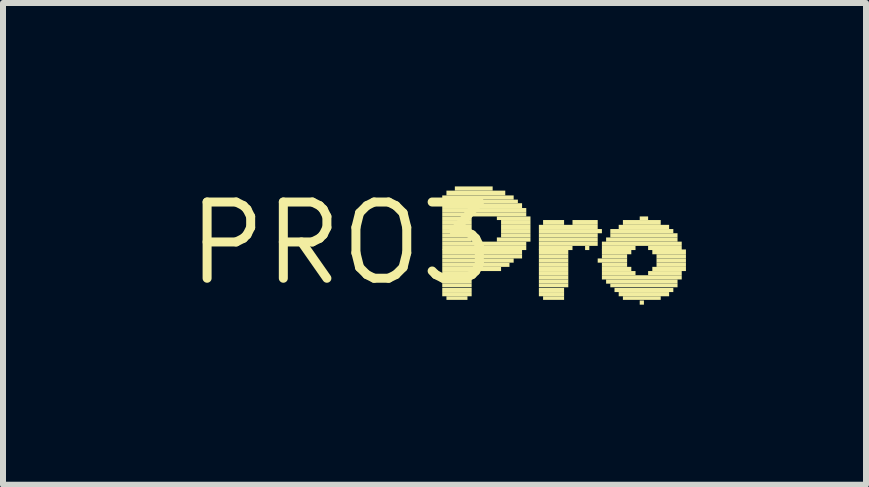
<source format=kicad_pcb>
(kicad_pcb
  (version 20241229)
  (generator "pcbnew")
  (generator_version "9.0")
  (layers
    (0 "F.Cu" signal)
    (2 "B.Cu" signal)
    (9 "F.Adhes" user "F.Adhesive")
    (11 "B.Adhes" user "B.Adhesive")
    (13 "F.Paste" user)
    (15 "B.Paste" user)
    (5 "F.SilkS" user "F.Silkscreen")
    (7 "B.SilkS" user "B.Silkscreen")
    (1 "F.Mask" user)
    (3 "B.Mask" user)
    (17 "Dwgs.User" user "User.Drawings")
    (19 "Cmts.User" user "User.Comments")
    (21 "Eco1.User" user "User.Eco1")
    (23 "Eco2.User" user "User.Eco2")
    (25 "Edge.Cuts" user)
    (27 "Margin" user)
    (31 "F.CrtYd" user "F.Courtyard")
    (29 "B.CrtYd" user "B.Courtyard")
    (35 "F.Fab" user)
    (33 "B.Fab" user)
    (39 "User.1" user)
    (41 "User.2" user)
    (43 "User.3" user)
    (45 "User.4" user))
  (footprint "PRO3"
    (layer "F.Cu")
    (at 2.638 1.006)
    (property "Reference" "PRO3" (at 0 0 0) (layer "F.SilkS") (effects (font (size 1.27 1.27) (thickness 0.15))))
    (attr through_hole)
    (fp_poly (pts (xy 1.68 -0.73) (xy 2.87 -0.73) (xy 2.87 -0.8) (xy 1.68 -0.8)) (stroke (width 0) (type solid)) (fill yes) (layer "F.SilkS"))
    (fp_poly (pts (xy 1.68 -0.67) (xy 2.94 -0.67) (xy 2.94 -0.73) (xy 1.68 -0.73)) (stroke (width 0) (type solid)) (fill yes) (layer "F.SilkS"))
    (fp_poly (pts (xy 1.68 -0.59) (xy 3.01 -0.59) (xy 3.01 -0.67) (xy 1.68 -0.67)) (stroke (width 0) (type solid)) (fill yes) (layer "F.SilkS"))
    (fp_poly (pts (xy 1.68 -0.52) (xy 3.08 -0.52) (xy 3.08 -0.59) (xy 1.68 -0.59)) (stroke (width 0) (type solid)) (fill yes) (layer "F.SilkS"))
    (fp_poly (pts (xy 1.68 -0.45) (xy 3.08 -0.45) (xy 3.08 -0.52) (xy 1.68 -0.52)) (stroke (width 0) (type solid)) (fill yes) (layer "F.SilkS"))
    (fp_poly (pts (xy 1.68 -0.39) (xy 2.17 -0.39) (xy 2.17 -0.45) (xy 1.68 -0.45)) (stroke (width 0) (type solid)) (fill yes) (layer "F.SilkS"))
    (fp_poly (pts (xy 1.68 -0.31) (xy 2.17 -0.31) (xy 2.17 -0.39) (xy 1.68 -0.39)) (stroke (width 0) (type solid)) (fill yes) (layer "F.SilkS"))
    (fp_poly (pts (xy 1.68 -0.24) (xy 2.17 -0.24) (xy 2.17 -0.31) (xy 1.68 -0.31)) (stroke (width 0) (type solid)) (fill yes) (layer "F.SilkS"))
    (fp_poly (pts (xy 1.68 -0.17) (xy 2.17 -0.17) (xy 2.17 -0.24) (xy 1.68 -0.24)) (stroke (width 0) (type solid)) (fill yes) (layer "F.SilkS"))
    (fp_poly (pts (xy 1.68 -0.1) (xy 2.17 -0.1) (xy 2.17 -0.17) (xy 1.68 -0.17)) (stroke (width 0) (type solid)) (fill yes) (layer "F.SilkS"))
    (fp_poly (pts (xy 1.68 -0.03) (xy 2.17 -0.03) (xy 2.17 -0.1) (xy 1.68 -0.1)) (stroke (width 0) (type solid)) (fill yes) (layer "F.SilkS"))
    (fp_poly (pts (xy 1.68 0.04) (xy 3.08 0.04) (xy 3.08 -0.03) (xy 1.68 -0.03)) (stroke (width 0) (type solid)) (fill yes) (layer "F.SilkS"))
    (fp_poly (pts (xy 1.68 0.11) (xy 3.08 0.11) (xy 3.08 0.04) (xy 1.68 0.04)) (stroke (width 0) (type solid)) (fill yes) (layer "F.SilkS"))
    (fp_poly (pts (xy 1.68 0.18) (xy 3.01 0.18) (xy 3.01 0.1) (xy 1.68 0.1)) (stroke (width 0) (type solid)) (fill yes) (layer "F.SilkS"))
    (fp_poly (pts (xy 1.68 0.25) (xy 3.01 0.25) (xy 3.01 0.18) (xy 1.68 0.18)) (stroke (width 0) (type solid)) (fill yes) (layer "F.SilkS"))
    (fp_poly (pts (xy 1.68 0.32) (xy 2.87 0.32) (xy 2.87 0.25) (xy 1.68 0.25)) (stroke (width 0) (type solid)) (fill yes) (layer "F.SilkS"))
    (fp_poly (pts (xy 1.68 0.39) (xy 2.8 0.39) (xy 2.8 0.32) (xy 1.68 0.32)) (stroke (width 0) (type solid)) (fill yes) (layer "F.SilkS"))
    (fp_poly (pts (xy 1.68 0.46) (xy 2.66 0.46) (xy 2.66 0.39) (xy 1.68 0.39)) (stroke (width 0) (type solid)) (fill yes) (layer "F.SilkS"))
    (fp_poly (pts (xy 1.68 0.53) (xy 2.17 0.53) (xy 2.17 0.46) (xy 1.68 0.46)) (stroke (width 0) (type solid)) (fill yes) (layer "F.SilkS"))
    (fp_poly (pts (xy 1.68 0.6) (xy 2.17 0.6) (xy 2.17 0.53) (xy 1.68 0.53)) (stroke (width 0) (type solid)) (fill yes) (layer "F.SilkS"))
    (fp_poly (pts (xy 1.68 0.67) (xy 2.17 0.67) (xy 2.17 0.6) (xy 1.68 0.6)) (stroke (width 0) (type solid)) (fill yes) (layer "F.SilkS"))
    (fp_poly (pts (xy 1.68 0.73) (xy 2.17 0.73) (xy 2.17 0.67) (xy 1.68 0.67)) (stroke (width 0) (type solid)) (fill yes) (layer "F.SilkS"))
    (fp_poly (pts (xy 1.68 0.81) (xy 2.17 0.81) (xy 2.17 0.74) (xy 1.68 0.74)) (stroke (width 0) (type solid)) (fill yes) (layer "F.SilkS"))
    (fp_poly (pts (xy 1.68 0.88) (xy 2.17 0.88) (xy 2.17 0.81) (xy 1.68 0.81)) (stroke (width 0) (type solid)) (fill yes) (layer "F.SilkS"))
    (fp_poly (pts (xy 1.75 -0.8) (xy 2.73 -0.8) (xy 2.73 -0.88) (xy 1.75 -0.88)) (stroke (width 0) (type solid)) (fill yes) (layer "F.SilkS"))
    (fp_poly (pts (xy 1.75 0.94) (xy 2.1 0.94) (xy 2.1 0.88) (xy 1.75 0.88)) (stroke (width 0) (type solid)) (fill yes) (layer "F.SilkS"))
    (fp_poly (pts (xy 1.89 -0.88) (xy 2.52 -0.88) (xy 2.52 -0.95) (xy 1.89 -0.95)) (stroke (width 0) (type solid)) (fill yes) (layer "F.SilkS"))
    (fp_poly (pts (xy 2.59 -0.39) (xy 3.15 -0.39) (xy 3.15 -0.45) (xy 2.59 -0.45)) (stroke (width 0) (type solid)) (fill yes) (layer "F.SilkS"))
    (fp_poly (pts (xy 2.59 -0.03) (xy 3.15 -0.03) (xy 3.15 -0.1) (xy 2.59 -0.1)) (stroke (width 0) (type solid)) (fill yes) (layer "F.SilkS"))
    (fp_poly (pts (xy 2.66 -0.31) (xy 3.15 -0.31) (xy 3.15 -0.39) (xy 2.66 -0.39)) (stroke (width 0) (type solid)) (fill yes) (layer "F.SilkS"))
    (fp_poly (pts (xy 2.66 -0.24) (xy 3.15 -0.24) (xy 3.15 -0.31) (xy 2.66 -0.31)) (stroke (width 0) (type solid)) (fill yes) (layer "F.SilkS"))
    (fp_poly (pts (xy 2.66 -0.17) (xy 3.15 -0.17) (xy 3.15 -0.24) (xy 2.66 -0.24)) (stroke (width 0) (type solid)) (fill yes) (layer "F.SilkS"))
    (fp_poly (pts (xy 2.66 -0.1) (xy 3.15 -0.1) (xy 3.15 -0.17) (xy 2.66 -0.17)) (stroke (width 0) (type solid)) (fill yes) (layer "F.SilkS"))
    (fp_poly (pts (xy 3.29 -0.24) (xy 4.27 -0.24) (xy 4.27 -0.31) (xy 3.29 -0.31)) (stroke (width 0) (type solid)) (fill yes) (layer "F.SilkS"))
    (fp_poly (pts (xy 3.29 -0.17) (xy 4.34 -0.17) (xy 4.34 -0.24) (xy 3.29 -0.24)) (stroke (width 0) (type solid)) (fill yes) (layer "F.SilkS"))
    (fp_poly (pts (xy 3.29 -0.1) (xy 4.27 -0.1) (xy 4.27 -0.17) (xy 3.29 -0.17)) (stroke (width 0) (type solid)) (fill yes) (layer "F.SilkS"))
    (fp_poly (pts (xy 3.29 -0.03) (xy 4.27 -0.03) (xy 4.27 -0.1) (xy 3.29 -0.1)) (stroke (width 0) (type solid)) (fill yes) (layer "F.SilkS"))
    (fp_poly (pts (xy 3.29 0.04) (xy 4.27 0.04) (xy 4.27 -0.03) (xy 3.29 -0.03)) (stroke (width 0) (type solid)) (fill yes) (layer "F.SilkS"))
    (fp_poly (pts (xy 3.29 0.11) (xy 3.85 0.11) (xy 3.85 0.04) (xy 3.29 0.04)) (stroke (width 0) (type solid)) (fill yes) (layer "F.SilkS"))
    (fp_poly (pts (xy 3.29 0.18) (xy 3.78 0.18) (xy 3.78 0.1) (xy 3.29 0.1)) (stroke (width 0) (type solid)) (fill yes) (layer "F.SilkS"))
    (fp_poly (pts (xy 3.29 0.25) (xy 3.78 0.25) (xy 3.78 0.18) (xy 3.29 0.18)) (stroke (width 0) (type solid)) (fill yes) (layer "F.SilkS"))
    (fp_poly (pts (xy 3.29 0.32) (xy 3.78 0.32) (xy 3.78 0.25) (xy 3.29 0.25)) (stroke (width 0) (type solid)) (fill yes) (layer "F.SilkS"))
    (fp_poly (pts (xy 3.29 0.39) (xy 3.78 0.39) (xy 3.78 0.32) (xy 3.29 0.32)) (stroke (width 0) (type solid)) (fill yes) (layer "F.SilkS"))
    (fp_poly (pts (xy 3.29 0.46) (xy 3.78 0.46) (xy 3.78 0.39) (xy 3.29 0.39)) (stroke (width 0) (type solid)) (fill yes) (layer "F.SilkS"))
    (fp_poly (pts (xy 3.29 0.53) (xy 3.78 0.53) (xy 3.78 0.46) (xy 3.29 0.46)) (stroke (width 0) (type solid)) (fill yes) (layer "F.SilkS"))
    (fp_poly (pts (xy 3.29 0.6) (xy 3.78 0.6) (xy 3.78 0.53) (xy 3.29 0.53)) (stroke (width 0) (type solid)) (fill yes) (layer "F.SilkS"))
    (fp_poly (pts (xy 3.29 0.67) (xy 3.78 0.67) (xy 3.78 0.6) (xy 3.29 0.6)) (stroke (width 0) (type solid)) (fill yes) (layer "F.SilkS"))
    (fp_poly (pts (xy 3.29 0.73) (xy 3.78 0.73) (xy 3.78 0.67) (xy 3.29 0.67)) (stroke (width 0) (type solid)) (fill yes) (layer "F.SilkS"))
    (fp_poly (pts (xy 3.29 0.81) (xy 3.71 0.81) (xy 3.71 0.74) (xy 3.29 0.74)) (stroke (width 0) (type solid)) (fill yes) (layer "F.SilkS"))
    (fp_poly (pts (xy 3.29 0.88) (xy 3.71 0.88) (xy 3.71 0.81) (xy 3.29 0.81)) (stroke (width 0) (type solid)) (fill yes) (layer "F.SilkS"))
    (fp_poly (pts (xy 3.36 -0.31) (xy 3.71 -0.31) (xy 3.71 -0.39) (xy 3.36 -0.39)) (stroke (width 0) (type solid)) (fill yes) (layer "F.SilkS"))
    (fp_poly (pts (xy 3.36 0.94) (xy 3.71 0.94) (xy 3.71 0.88) (xy 3.36 0.88)) (stroke (width 0) (type solid)) (fill yes) (layer "F.SilkS"))
    (fp_poly (pts (xy 3.85 -0.31) (xy 4.27 -0.31) (xy 4.27 -0.39) (xy 3.85 -0.39)) (stroke (width 0) (type solid)) (fill yes) (layer "F.SilkS"))
    (fp_poly (pts (xy 4.06 0.11) (xy 4.13 0.11) (xy 4.13 0.04) (xy 4.06 0.04)) (stroke (width 0) (type solid)) (fill yes) (layer "F.SilkS"))
    (fp_poly (pts (xy 4.27 0.32) (xy 4.76 0.32) (xy 4.76 0.25) (xy 4.27 0.25)) (stroke (width 0) (type solid)) (fill yes) (layer "F.SilkS"))
    (fp_poly (pts (xy 4.34 0.04) (xy 5.67 0.04) (xy 5.67 -0.03) (xy 4.34 -0.03)) (stroke (width 0) (type solid)) (fill yes) (layer "F.SilkS"))
    (fp_poly (pts (xy 4.34 0.11) (xy 4.9 0.11) (xy 4.9 0.04) (xy 4.34 0.04)) (stroke (width 0) (type solid)) (fill yes) (layer "F.SilkS"))
    (fp_poly (pts (xy 4.34 0.18) (xy 4.83 0.18) (xy 4.83 0.1) (xy 4.34 0.1)) (stroke (width 0) (type solid)) (fill yes) (layer "F.SilkS"))
    (fp_poly (pts (xy 4.34 0.25) (xy 4.76 0.25) (xy 4.76 0.18) (xy 4.34 0.18)) (stroke (width 0) (type solid)) (fill yes) (layer "F.SilkS"))
    (fp_poly (pts (xy 4.34 0.39) (xy 4.76 0.39) (xy 4.76 0.32) (xy 4.34 0.32)) (stroke (width 0) (type solid)) (fill yes) (layer "F.SilkS"))
    (fp_poly (pts (xy 4.34 0.46) (xy 4.83 0.46) (xy 4.83 0.39) (xy 4.34 0.39)) (stroke (width 0) (type solid)) (fill yes) (layer "F.SilkS"))
    (fp_poly (pts (xy 4.34 0.53) (xy 4.9 0.53) (xy 4.9 0.46) (xy 4.34 0.46)) (stroke (width 0) (type solid)) (fill yes) (layer "F.SilkS"))
    (fp_poly (pts (xy 4.34 0.6) (xy 5.67 0.6) (xy 5.67 0.53) (xy 4.34 0.53)) (stroke (width 0) (type solid)) (fill yes) (layer "F.SilkS"))
    (fp_poly (pts (xy 4.41 -0.03) (xy 5.6 -0.03) (xy 5.6 -0.1) (xy 4.41 -0.1)) (stroke (width 0) (type solid)) (fill yes) (layer "F.SilkS"))
    (fp_poly (pts (xy 4.41 0.67) (xy 5.6 0.67) (xy 5.6 0.6) (xy 4.41 0.6)) (stroke (width 0) (type solid)) (fill yes) (layer "F.SilkS"))
    (fp_poly (pts (xy 4.48 -0.17) (xy 5.53 -0.17) (xy 5.53 -0.24) (xy 4.48 -0.24)) (stroke (width 0) (type solid)) (fill yes) (layer "F.SilkS"))
    (fp_poly (pts (xy 4.48 -0.1) (xy 5.6 -0.1) (xy 5.6 -0.17) (xy 4.48 -0.17)) (stroke (width 0) (type solid)) (fill yes) (layer "F.SilkS"))
    (fp_poly (pts (xy 4.48 0.73) (xy 5.6 0.73) (xy 5.6 0.67) (xy 4.48 0.67)) (stroke (width 0) (type solid)) (fill yes) (layer "F.SilkS"))
    (fp_poly (pts (xy 4.55 0.81) (xy 5.53 0.81) (xy 5.53 0.74) (xy 4.55 0.74)) (stroke (width 0) (type solid)) (fill yes) (layer "F.SilkS"))
    (fp_poly (pts (xy 4.62 -0.24) (xy 5.46 -0.24) (xy 5.46 -0.31) (xy 4.62 -0.31)) (stroke (width 0) (type solid)) (fill yes) (layer "F.SilkS"))
    (fp_poly (pts (xy 4.62 0.88) (xy 5.46 0.88) (xy 5.46 0.81) (xy 4.62 0.81)) (stroke (width 0) (type solid)) (fill yes) (layer "F.SilkS"))
    (fp_poly (pts (xy 4.69 -0.31) (xy 5.32 -0.31) (xy 5.32 -0.39) (xy 4.69 -0.39)) (stroke (width 0) (type solid)) (fill yes) (layer "F.SilkS"))
    (fp_poly (pts (xy 4.69 0.94) (xy 5.32 0.94) (xy 5.32 0.88) (xy 4.69 0.88)) (stroke (width 0) (type solid)) (fill yes) (layer "F.SilkS"))
    (fp_poly (pts (xy 4.97 -0.39) (xy 5.11 -0.39) (xy 5.11 -0.45) (xy 4.97 -0.45)) (stroke (width 0) (type solid)) (fill yes) (layer "F.SilkS"))
    (fp_poly (pts (xy 4.97 1.02) (xy 5.04 1.02) (xy 5.04 0.95) (xy 4.97 0.95)) (stroke (width 0) (type solid)) (fill yes) (layer "F.SilkS"))
    (fp_poly (pts (xy 5.11 0.11) (xy 5.67 0.11) (xy 5.67 0.04) (xy 5.11 0.04)) (stroke (width 0) (type solid)) (fill yes) (layer "F.SilkS"))
    (fp_poly (pts (xy 5.11 0.53) (xy 5.67 0.53) (xy 5.67 0.46) (xy 5.11 0.46)) (stroke (width 0) (type solid)) (fill yes) (layer "F.SilkS"))
    (fp_poly (pts (xy 5.18 0.18) (xy 5.74 0.18) (xy 5.74 0.1) (xy 5.18 0.1)) (stroke (width 0) (type solid)) (fill yes) (layer "F.SilkS"))
    (fp_poly (pts (xy 5.18 0.46) (xy 5.74 0.46) (xy 5.74 0.39) (xy 5.18 0.39)) (stroke (width 0) (type solid)) (fill yes) (layer "F.SilkS"))
    (fp_poly (pts (xy 5.25 0.25) (xy 5.74 0.25) (xy 5.74 0.18) (xy 5.25 0.18)) (stroke (width 0) (type solid)) (fill yes) (layer "F.SilkS"))
    (fp_poly (pts (xy 5.25 0.32) (xy 5.74 0.32) (xy 5.74 0.25) (xy 5.25 0.25)) (stroke (width 0) (type solid)) (fill yes) (layer "F.SilkS"))
    (fp_poly (pts (xy 5.25 0.39) (xy 5.74 0.39) (xy 5.74 0.32) (xy 5.25 0.32)) (stroke (width 0) (type solid)) (fill yes) (layer "F.SilkS")))
  (gr_rect
    (start -3 -3)
    (end 11.378 5.026)
    (stroke (width 0.1) (type default))
    (fill no)
    (layer "Edge.Cuts")))
</source>
